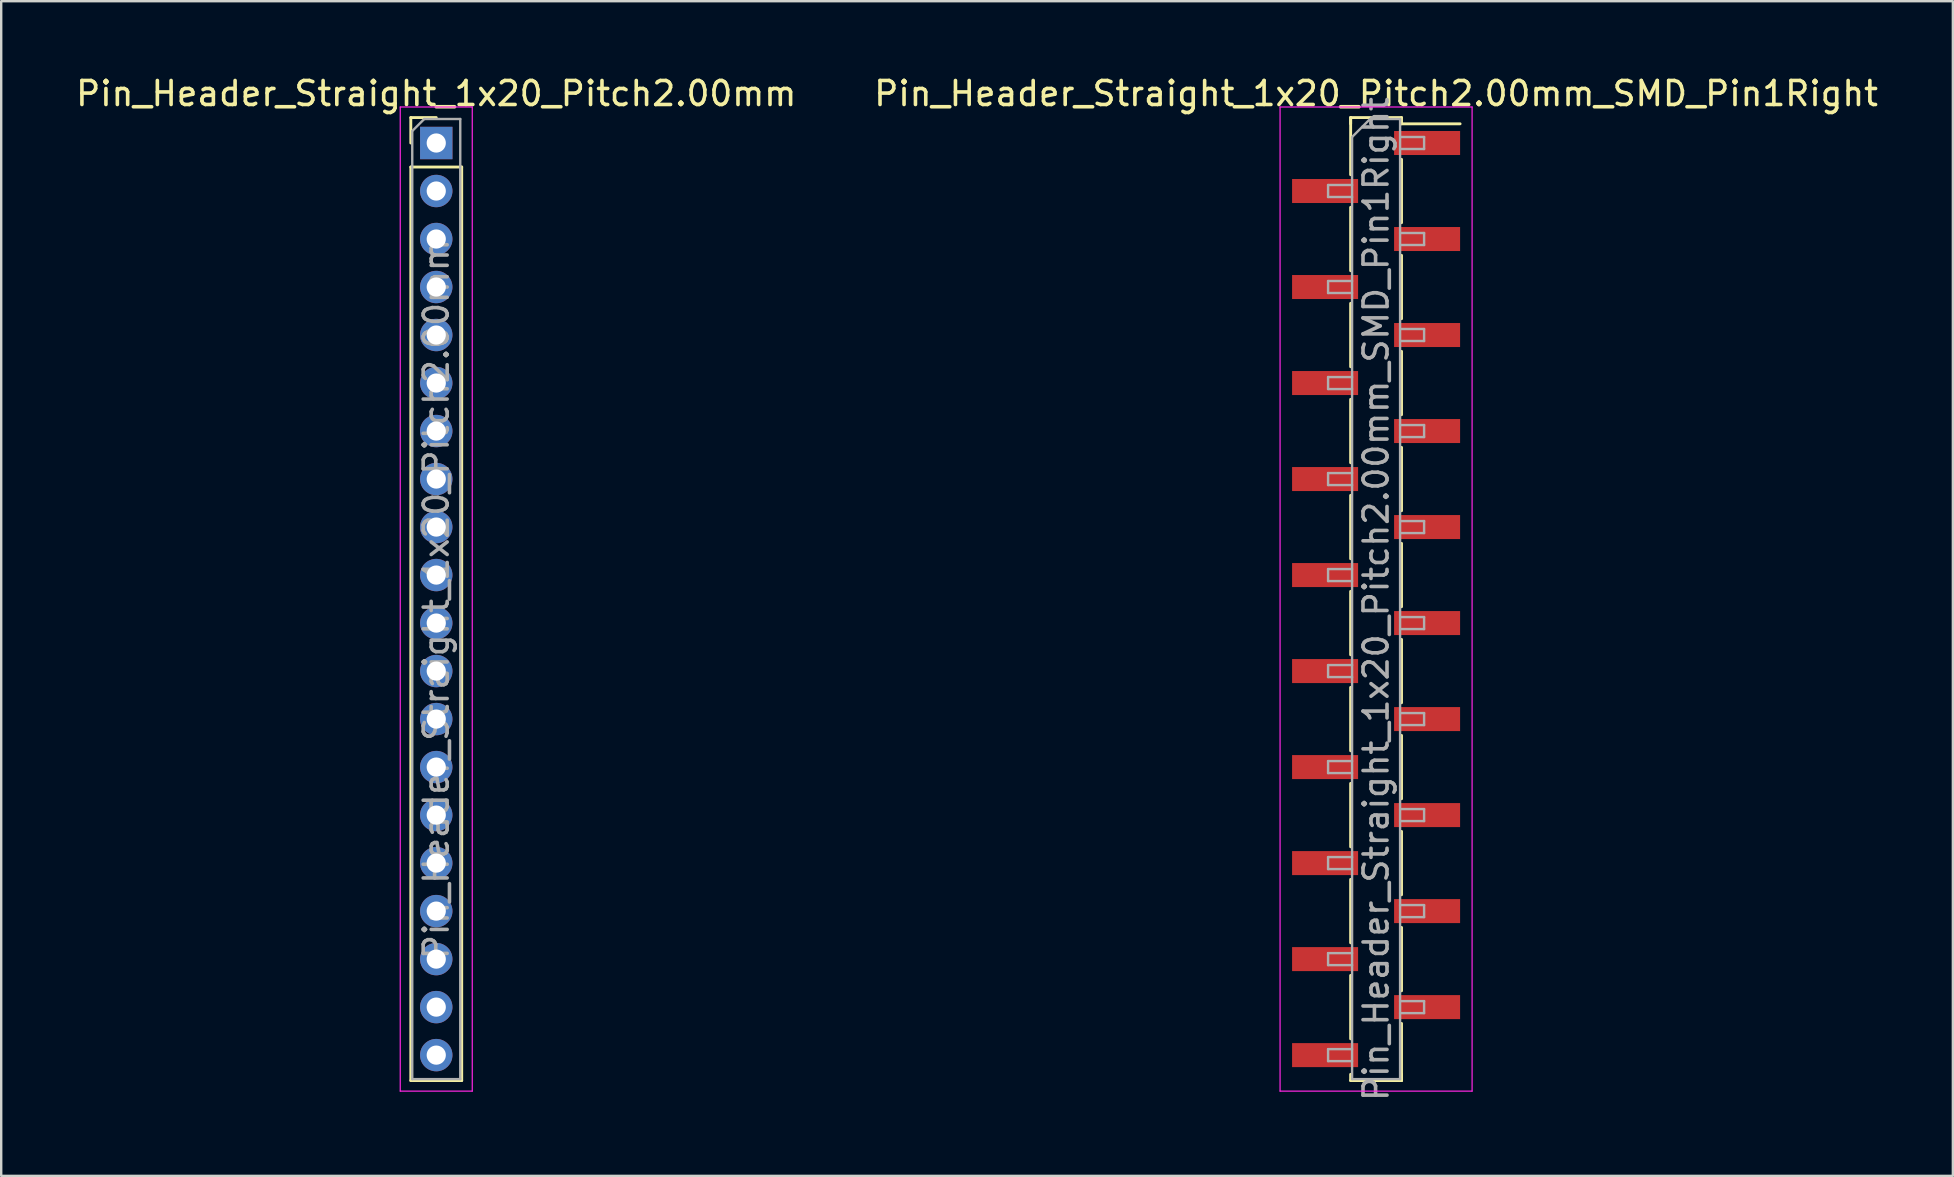
<source format=kicad_pcb>
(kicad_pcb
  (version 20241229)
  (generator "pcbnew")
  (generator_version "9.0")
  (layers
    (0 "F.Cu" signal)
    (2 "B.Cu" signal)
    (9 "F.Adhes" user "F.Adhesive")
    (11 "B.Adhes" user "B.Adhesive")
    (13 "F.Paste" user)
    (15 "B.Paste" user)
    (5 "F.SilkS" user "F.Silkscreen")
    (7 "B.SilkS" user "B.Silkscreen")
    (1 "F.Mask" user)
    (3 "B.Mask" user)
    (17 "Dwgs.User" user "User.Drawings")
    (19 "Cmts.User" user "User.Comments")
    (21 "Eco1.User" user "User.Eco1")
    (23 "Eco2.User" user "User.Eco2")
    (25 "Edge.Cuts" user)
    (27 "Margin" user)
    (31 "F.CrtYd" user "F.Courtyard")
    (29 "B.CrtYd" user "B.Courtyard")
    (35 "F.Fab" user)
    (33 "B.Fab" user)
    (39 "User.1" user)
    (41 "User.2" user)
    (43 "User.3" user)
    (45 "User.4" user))
  (footprint "Pin_Header_Straight_1x20_Pitch2.00mm"
    (layer "F.Cu")
    (at 15.125 2.908)
    (property "Reference" "Pin_Header_Straight_1x20_Pitch2.00mm" (at 0 -2.06 0) (layer "F.SilkS") (effects (font (size 1 1) (thickness 0.15))))
    (attr through_hole)
    (fp_line (start -1.06 -1.06) (end 0 -1.06) (stroke (width 0.12) (type solid)) (layer "F.SilkS"))
    (fp_line (start -1.06 0) (end -1.06 -1.06) (stroke (width 0.12) (type solid)) (layer "F.SilkS"))
    (fp_line (start -1.06 1) (end -1.06 39.06) (stroke (width 0.12) (type solid)) (layer "F.SilkS"))
    (fp_line (start -1.06 39.06) (end 1.06 39.06) (stroke (width 0.12) (type solid)) (layer "F.SilkS"))
    (fp_line (start 1.06 1) (end -1.06 1) (stroke (width 0.12) (type solid)) (layer "F.SilkS"))
    (fp_line (start 1.06 39.06) (end 1.06 1) (stroke (width 0.12) (type solid)) (layer "F.SilkS"))
    (fp_line (start -1.5 -1.5) (end -1.5 39.5) (stroke (width 0.05) (type solid)) (layer "F.CrtYd"))
    (fp_line (start -1.5 39.5) (end 1.5 39.5) (stroke (width 0.05) (type solid)) (layer "F.CrtYd"))
    (fp_line (start 1.5 -1.5) (end -1.5 -1.5) (stroke (width 0.05) (type solid)) (layer "F.CrtYd"))
    (fp_line (start 1.5 39.5) (end 1.5 -1.5) (stroke (width 0.05) (type solid)) (layer "F.CrtYd"))
    (fp_line (start -1 -0.5) (end -0.5 -1) (stroke (width 0.1) (type solid)) (layer "F.Fab"))
    (fp_line (start -1 39) (end -1 -0.5) (stroke (width 0.1) (type solid)) (layer "F.Fab"))
    (fp_line (start -0.5 -1) (end 1 -1) (stroke (width 0.1) (type solid)) (layer "F.Fab"))
    (fp_line (start 1 -1) (end 1 39) (stroke (width 0.1) (type solid)) (layer "F.Fab"))
    (fp_line (start 1 39) (end -1 39) (stroke (width 0.1) (type solid)) (layer "F.Fab"))
    (fp_text user "${REFERENCE}" (at 0 19 90) (layer "F.Fab") (effects (font (size 1 1) (thickness 0.15))))
    (pad "1" thru_hole rect (at 0 0) (size 1.35 1.35) (drill 0.8) (layers "*.Cu" "*.Mask"))
    (pad "2" thru_hole oval (at 0 2) (size 1.35 1.35) (drill 0.8) (layers "*.Cu" "*.Mask"))
    (pad "3" thru_hole oval (at 0 4) (size 1.35 1.35) (drill 0.8) (layers "*.Cu" "*.Mask"))
    (pad "4" thru_hole oval (at 0 6) (size 1.35 1.35) (drill 0.8) (layers "*.Cu" "*.Mask"))
    (pad "5" thru_hole oval (at 0 8) (size 1.35 1.35) (drill 0.8) (layers "*.Cu" "*.Mask"))
    (pad "6" thru_hole oval (at 0 10) (size 1.35 1.35) (drill 0.8) (layers "*.Cu" "*.Mask"))
    (pad "7" thru_hole oval (at 0 12) (size 1.35 1.35) (drill 0.8) (layers "*.Cu" "*.Mask"))
    (pad "8" thru_hole oval (at 0 14) (size 1.35 1.35) (drill 0.8) (layers "*.Cu" "*.Mask"))
    (pad "9" thru_hole oval (at 0 16) (size 1.35 1.35) (drill 0.8) (layers "*.Cu" "*.Mask"))
    (pad "10" thru_hole oval (at 0 18) (size 1.35 1.35) (drill 0.8) (layers "*.Cu" "*.Mask"))
    (pad "11" thru_hole oval (at 0 20) (size 1.35 1.35) (drill 0.8) (layers "*.Cu" "*.Mask"))
    (pad "12" thru_hole oval (at 0 22) (size 1.35 1.35) (drill 0.8) (layers "*.Cu" "*.Mask"))
    (pad "13" thru_hole oval (at 0 24) (size 1.35 1.35) (drill 0.8) (layers "*.Cu" "*.Mask"))
    (pad "14" thru_hole oval (at 0 26) (size 1.35 1.35) (drill 0.8) (layers "*.Cu" "*.Mask"))
    (pad "15" thru_hole oval (at 0 28) (size 1.35 1.35) (drill 0.8) (layers "*.Cu" "*.Mask"))
    (pad "16" thru_hole oval (at 0 30) (size 1.35 1.35) (drill 0.8) (layers "*.Cu" "*.Mask"))
    (pad "17" thru_hole oval (at 0 32) (size 1.35 1.35) (drill 0.8) (layers "*.Cu" "*.Mask"))
    (pad "18" thru_hole oval (at 0 34) (size 1.35 1.35) (drill 0.8) (layers "*.Cu" "*.Mask"))
    (pad "19" thru_hole oval (at 0 36) (size 1.35 1.35) (drill 0.8) (layers "*.Cu" "*.Mask"))
    (pad "20" thru_hole oval (at 0 38) (size 1.35 1.35) (drill 0.8) (layers "*.Cu" "*.Mask")))
  (footprint "Pin_Header_Straight_1x20_Pitch2.00mm_SMD_Pin1Right"
    (layer "F.Cu")
    (at 54.28 21.908)
    (property "Reference" "Pin_Header_Straight_1x20_Pitch2.00mm_SMD_Pin1Right" (at 0 -21.06 0) (layer "F.SilkS") (effects (font (size 1 1) (thickness 0.15))))
    (attr smd)
    (fp_line (start -1.06 -20.06) (end -1.06 -17.68) (stroke (width 0.12) (type solid)) (layer "F.SilkS"))
    (fp_line (start -1.06 -20.06) (end 1.06 -20.06) (stroke (width 0.12) (type solid)) (layer "F.SilkS"))
    (fp_line (start -1.06 -19.8) (end -1.06 -20.06) (stroke (width 0.12) (type solid)) (layer "F.SilkS"))
    (fp_line (start -1.06 -16.32) (end -1.06 -13.68) (stroke (width 0.12) (type solid)) (layer "F.SilkS"))
    (fp_line (start -1.06 -12.32) (end -1.06 -9.68) (stroke (width 0.12) (type solid)) (layer "F.SilkS"))
    (fp_line (start -1.06 -8.32) (end -1.06 -5.68) (stroke (width 0.12) (type solid)) (layer "F.SilkS"))
    (fp_line (start -1.06 -4.32) (end -1.06 -1.68) (stroke (width 0.12) (type solid)) (layer "F.SilkS"))
    (fp_line (start -1.06 -0.32) (end -1.06 2.32) (stroke (width 0.12) (type solid)) (layer "F.SilkS"))
    (fp_line (start -1.06 3.68) (end -1.06 6.32) (stroke (width 0.12) (type solid)) (layer "F.SilkS"))
    (fp_line (start -1.06 7.68) (end -1.06 10.32) (stroke (width 0.12) (type solid)) (layer "F.SilkS"))
    (fp_line (start -1.06 11.68) (end -1.06 14.32) (stroke (width 0.12) (type solid)) (layer "F.SilkS"))
    (fp_line (start -1.06 15.68) (end -1.06 18.32) (stroke (width 0.12) (type solid)) (layer "F.SilkS"))
    (fp_line (start -1.06 19.8) (end -1.06 20.06) (stroke (width 0.12) (type solid)) (layer "F.SilkS"))
    (fp_line (start -1.06 20.06) (end 1.06 20.06) (stroke (width 0.12) (type solid)) (layer "F.SilkS"))
    (fp_line (start 1.06 -20.06) (end 1.06 -19.8) (stroke (width 0.12) (type solid)) (layer "F.SilkS"))
    (fp_line (start 1.06 -19.8) (end 3.5 -19.8) (stroke (width 0.12) (type solid)) (layer "F.SilkS"))
    (fp_line (start 1.06 -18.32) (end 1.06 -15.68) (stroke (width 0.12) (type solid)) (layer "F.SilkS"))
    (fp_line (start 1.06 -14.32) (end 1.06 -11.68) (stroke (width 0.12) (type solid)) (layer "F.SilkS"))
    (fp_line (start 1.06 -10.32) (end 1.06 -7.68) (stroke (width 0.12) (type solid)) (layer "F.SilkS"))
    (fp_line (start 1.06 -6.32) (end 1.06 -3.68) (stroke (width 0.12) (type solid)) (layer "F.SilkS"))
    (fp_line (start 1.06 -2.32) (end 1.06 0.32) (stroke (width 0.12) (type solid)) (layer "F.SilkS"))
    (fp_line (start 1.06 1.68) (end 1.06 4.32) (stroke (width 0.12) (type solid)) (layer "F.SilkS"))
    (fp_line (start 1.06 5.68) (end 1.06 8.32) (stroke (width 0.12) (type solid)) (layer "F.SilkS"))
    (fp_line (start 1.06 9.68) (end 1.06 12.32) (stroke (width 0.12) (type solid)) (layer "F.SilkS"))
    (fp_line (start 1.06 13.68) (end 1.06 16.32) (stroke (width 0.12) (type solid)) (layer "F.SilkS"))
    (fp_line (start 1.06 17.68) (end 1.06 20.06) (stroke (width 0.12) (type solid)) (layer "F.SilkS"))
    (fp_line (start 1.06 20.06) (end 1.06 19.8) (stroke (width 0.12) (type solid)) (layer "F.SilkS"))
    (fp_line (start -4 -20.5) (end -4 20.5) (stroke (width 0.05) (type solid)) (layer "F.CrtYd"))
    (fp_line (start -4 20.5) (end 4 20.5) (stroke (width 0.05) (type solid)) (layer "F.CrtYd"))
    (fp_line (start 4 -20.5) (end -4 -20.5) (stroke (width 0.05) (type solid)) (layer "F.CrtYd"))
    (fp_line (start 4 20.5) (end 4 -20.5) (stroke (width 0.05) (type solid)) (layer "F.CrtYd"))
    (fp_line (start -2 -17.25) (end -2 -16.75) (stroke (width 0.1) (type solid)) (layer "F.Fab"))
    (fp_line (start -2 -16.75) (end -1 -16.75) (stroke (width 0.1) (type solid)) (layer "F.Fab"))
    (fp_line (start -2 -13.25) (end -2 -12.75) (stroke (width 0.1) (type solid)) (layer "F.Fab"))
    (fp_line (start -2 -12.75) (end -1 -12.75) (stroke (width 0.1) (type solid)) (layer "F.Fab"))
    (fp_line (start -2 -9.25) (end -2 -8.75) (stroke (width 0.1) (type solid)) (layer "F.Fab"))
    (fp_line (start -2 -8.75) (end -1 -8.75) (stroke (width 0.1) (type solid)) (layer "F.Fab"))
    (fp_line (start -2 -5.25) (end -2 -4.75) (stroke (width 0.1) (type solid)) (layer "F.Fab"))
    (fp_line (start -2 -4.75) (end -1 -4.75) (stroke (width 0.1) (type solid)) (layer "F.Fab"))
    (fp_line (start -2 -1.25) (end -2 -0.75) (stroke (width 0.1) (type solid)) (layer "F.Fab"))
    (fp_line (start -2 -0.75) (end -1 -0.75) (stroke (width 0.1) (type solid)) (layer "F.Fab"))
    (fp_line (start -2 2.75) (end -2 3.25) (stroke (width 0.1) (type solid)) (layer "F.Fab"))
    (fp_line (start -2 3.25) (end -1 3.25) (stroke (width 0.1) (type solid)) (layer "F.Fab"))
    (fp_line (start -2 6.75) (end -2 7.25) (stroke (width 0.1) (type solid)) (layer "F.Fab"))
    (fp_line (start -2 7.25) (end -1 7.25) (stroke (width 0.1) (type solid)) (layer "F.Fab"))
    (fp_line (start -2 10.75) (end -2 11.25) (stroke (width 0.1) (type solid)) (layer "F.Fab"))
    (fp_line (start -2 11.25) (end -1 11.25) (stroke (width 0.1) (type solid)) (layer "F.Fab"))
    (fp_line (start -2 14.75) (end -2 15.25) (stroke (width 0.1) (type solid)) (layer "F.Fab"))
    (fp_line (start -2 15.25) (end -1 15.25) (stroke (width 0.1) (type solid)) (layer "F.Fab"))
    (fp_line (start -2 18.75) (end -2 19.25) (stroke (width 0.1) (type solid)) (layer "F.Fab"))
    (fp_line (start -2 19.25) (end -1 19.25) (stroke (width 0.1) (type solid)) (layer "F.Fab"))
    (fp_line (start -1 -19.25) (end -0.25 -20) (stroke (width 0.1) (type solid)) (layer "F.Fab"))
    (fp_line (start -1 -17.25) (end -2 -17.25) (stroke (width 0.1) (type solid)) (layer "F.Fab"))
    (fp_line (start -1 -13.25) (end -2 -13.25) (stroke (width 0.1) (type solid)) (layer "F.Fab"))
    (fp_line (start -1 -9.25) (end -2 -9.25) (stroke (width 0.1) (type solid)) (layer "F.Fab"))
    (fp_line (start -1 -5.25) (end -2 -5.25) (stroke (width 0.1) (type solid)) (layer "F.Fab"))
    (fp_line (start -1 -1.25) (end -2 -1.25) (stroke (width 0.1) (type solid)) (layer "F.Fab"))
    (fp_line (start -1 2.75) (end -2 2.75) (stroke (width 0.1) (type solid)) (layer "F.Fab"))
    (fp_line (start -1 6.75) (end -2 6.75) (stroke (width 0.1) (type solid)) (layer "F.Fab"))
    (fp_line (start -1 10.75) (end -2 10.75) (stroke (width 0.1) (type solid)) (layer "F.Fab"))
    (fp_line (start -1 14.75) (end -2 14.75) (stroke (width 0.1) (type solid)) (layer "F.Fab"))
    (fp_line (start -1 18.75) (end -2 18.75) (stroke (width 0.1) (type solid)) (layer "F.Fab"))
    (fp_line (start -1 20) (end -1 -19.25) (stroke (width 0.1) (type solid)) (layer "F.Fab"))
    (fp_line (start -0.25 -20) (end 1 -20) (stroke (width 0.1) (type solid)) (layer "F.Fab"))
    (fp_line (start 1 -20) (end 1 20) (stroke (width 0.1) (type solid)) (layer "F.Fab"))
    (fp_line (start 1 -19.25) (end 2 -19.25) (stroke (width 0.1) (type solid)) (layer "F.Fab"))
    (fp_line (start 1 -15.25) (end 2 -15.25) (stroke (width 0.1) (type solid)) (layer "F.Fab"))
    (fp_line (start 1 -11.25) (end 2 -11.25) (stroke (width 0.1) (type solid)) (layer "F.Fab"))
    (fp_line (start 1 -7.25) (end 2 -7.25) (stroke (width 0.1) (type solid)) (layer "F.Fab"))
    (fp_line (start 1 -3.25) (end 2 -3.25) (stroke (width 0.1) (type solid)) (layer "F.Fab"))
    (fp_line (start 1 0.75) (end 2 0.75) (stroke (width 0.1) (type solid)) (layer "F.Fab"))
    (fp_line (start 1 4.75) (end 2 4.75) (stroke (width 0.1) (type solid)) (layer "F.Fab"))
    (fp_line (start 1 8.75) (end 2 8.75) (stroke (width 0.1) (type solid)) (layer "F.Fab"))
    (fp_line (start 1 12.75) (end 2 12.75) (stroke (width 0.1) (type solid)) (layer "F.Fab"))
    (fp_line (start 1 16.75) (end 2 16.75) (stroke (width 0.1) (type solid)) (layer "F.Fab"))
    (fp_line (start 1 20) (end -1 20) (stroke (width 0.1) (type solid)) (layer "F.Fab"))
    (fp_line (start 2 -19.25) (end 2 -18.75) (stroke (width 0.1) (type solid)) (layer "F.Fab"))
    (fp_line (start 2 -18.75) (end 1 -18.75) (stroke (width 0.1) (type solid)) (layer "F.Fab"))
    (fp_line (start 2 -15.25) (end 2 -14.75) (stroke (width 0.1) (type solid)) (layer "F.Fab"))
    (fp_line (start 2 -14.75) (end 1 -14.75) (stroke (width 0.1) (type solid)) (layer "F.Fab"))
    (fp_line (start 2 -11.25) (end 2 -10.75) (stroke (width 0.1) (type solid)) (layer "F.Fab"))
    (fp_line (start 2 -10.75) (end 1 -10.75) (stroke (width 0.1) (type solid)) (layer "F.Fab"))
    (fp_line (start 2 -7.25) (end 2 -6.75) (stroke (width 0.1) (type solid)) (layer "F.Fab"))
    (fp_line (start 2 -6.75) (end 1 -6.75) (stroke (width 0.1) (type solid)) (layer "F.Fab"))
    (fp_line (start 2 -3.25) (end 2 -2.75) (stroke (width 0.1) (type solid)) (layer "F.Fab"))
    (fp_line (start 2 -2.75) (end 1 -2.75) (stroke (width 0.1) (type solid)) (layer "F.Fab"))
    (fp_line (start 2 0.75) (end 2 1.25) (stroke (width 0.1) (type solid)) (layer "F.Fab"))
    (fp_line (start 2 1.25) (end 1 1.25) (stroke (width 0.1) (type solid)) (layer "F.Fab"))
    (fp_line (start 2 4.75) (end 2 5.25) (stroke (width 0.1) (type solid)) (layer "F.Fab"))
    (fp_line (start 2 5.25) (end 1 5.25) (stroke (width 0.1) (type solid)) (layer "F.Fab"))
    (fp_line (start 2 8.75) (end 2 9.25) (stroke (width 0.1) (type solid)) (layer "F.Fab"))
    (fp_line (start 2 9.25) (end 1 9.25) (stroke (width 0.1) (type solid)) (layer "F.Fab"))
    (fp_line (start 2 12.75) (end 2 13.25) (stroke (width 0.1) (type solid)) (layer "F.Fab"))
    (fp_line (start 2 13.25) (end 1 13.25) (stroke (width 0.1) (type solid)) (layer "F.Fab"))
    (fp_line (start 2 16.75) (end 2 17.25) (stroke (width 0.1) (type solid)) (layer "F.Fab"))
    (fp_line (start 2 17.25) (end 1 17.25) (stroke (width 0.1) (type solid)) (layer "F.Fab"))
    (fp_text user "${REFERENCE}" (at 0 0 90) (layer "F.Fab") (effects (font (size 1 1) (thickness 0.15))))
    (pad "1" smd rect (at 2.125 -19) (size 2.75 1) (layers "F.Cu" "F.Mask" "F.Paste"))
    (pad "2" smd rect (at -2.125 -17) (size 2.75 1) (layers "F.Cu" "F.Mask" "F.Paste"))
    (pad "3" smd rect (at 2.125 -15) (size 2.75 1) (layers "F.Cu" "F.Mask" "F.Paste"))
    (pad "4" smd rect (at -2.125 -13) (size 2.75 1) (layers "F.Cu" "F.Mask" "F.Paste"))
    (pad "5" smd rect (at 2.125 -11) (size 2.75 1) (layers "F.Cu" "F.Mask" "F.Paste"))
    (pad "6" smd rect (at -2.125 -9) (size 2.75 1) (layers "F.Cu" "F.Mask" "F.Paste"))
    (pad "7" smd rect (at 2.125 -7) (size 2.75 1) (layers "F.Cu" "F.Mask" "F.Paste"))
    (pad "8" smd rect (at -2.125 -5) (size 2.75 1) (layers "F.Cu" "F.Mask" "F.Paste"))
    (pad "9" smd rect (at 2.125 -3) (size 2.75 1) (layers "F.Cu" "F.Mask" "F.Paste"))
    (pad "10" smd rect (at -2.125 -1) (size 2.75 1) (layers "F.Cu" "F.Mask" "F.Paste"))
    (pad "11" smd rect (at 2.125 1) (size 2.75 1) (layers "F.Cu" "F.Mask" "F.Paste"))
    (pad "12" smd rect (at -2.125 3) (size 2.75 1) (layers "F.Cu" "F.Mask" "F.Paste"))
    (pad "13" smd rect (at 2.125 5) (size 2.75 1) (layers "F.Cu" "F.Mask" "F.Paste"))
    (pad "14" smd rect (at -2.125 7) (size 2.75 1) (layers "F.Cu" "F.Mask" "F.Paste"))
    (pad "15" smd rect (at 2.125 9) (size 2.75 1) (layers "F.Cu" "F.Mask" "F.Paste"))
    (pad "16" smd rect (at -2.125 11) (size 2.75 1) (layers "F.Cu" "F.Mask" "F.Paste"))
    (pad "17" smd rect (at 2.125 13) (size 2.75 1) (layers "F.Cu" "F.Mask" "F.Paste"))
    (pad "18" smd rect (at -2.125 15) (size 2.75 1) (layers "F.Cu" "F.Mask" "F.Paste"))
    (pad "19" smd rect (at 2.125 17) (size 2.75 1) (layers "F.Cu" "F.Mask" "F.Paste"))
    (pad "20" smd rect (at -2.125 19) (size 2.75 1) (layers "F.Cu" "F.Mask" "F.Paste")))
  (gr_rect
    (start -3 -3)
    (end 78.31 45.938)
    (stroke (width 0.1) (type default))
    (fill no)
    (layer "Edge.Cuts")))
</source>
